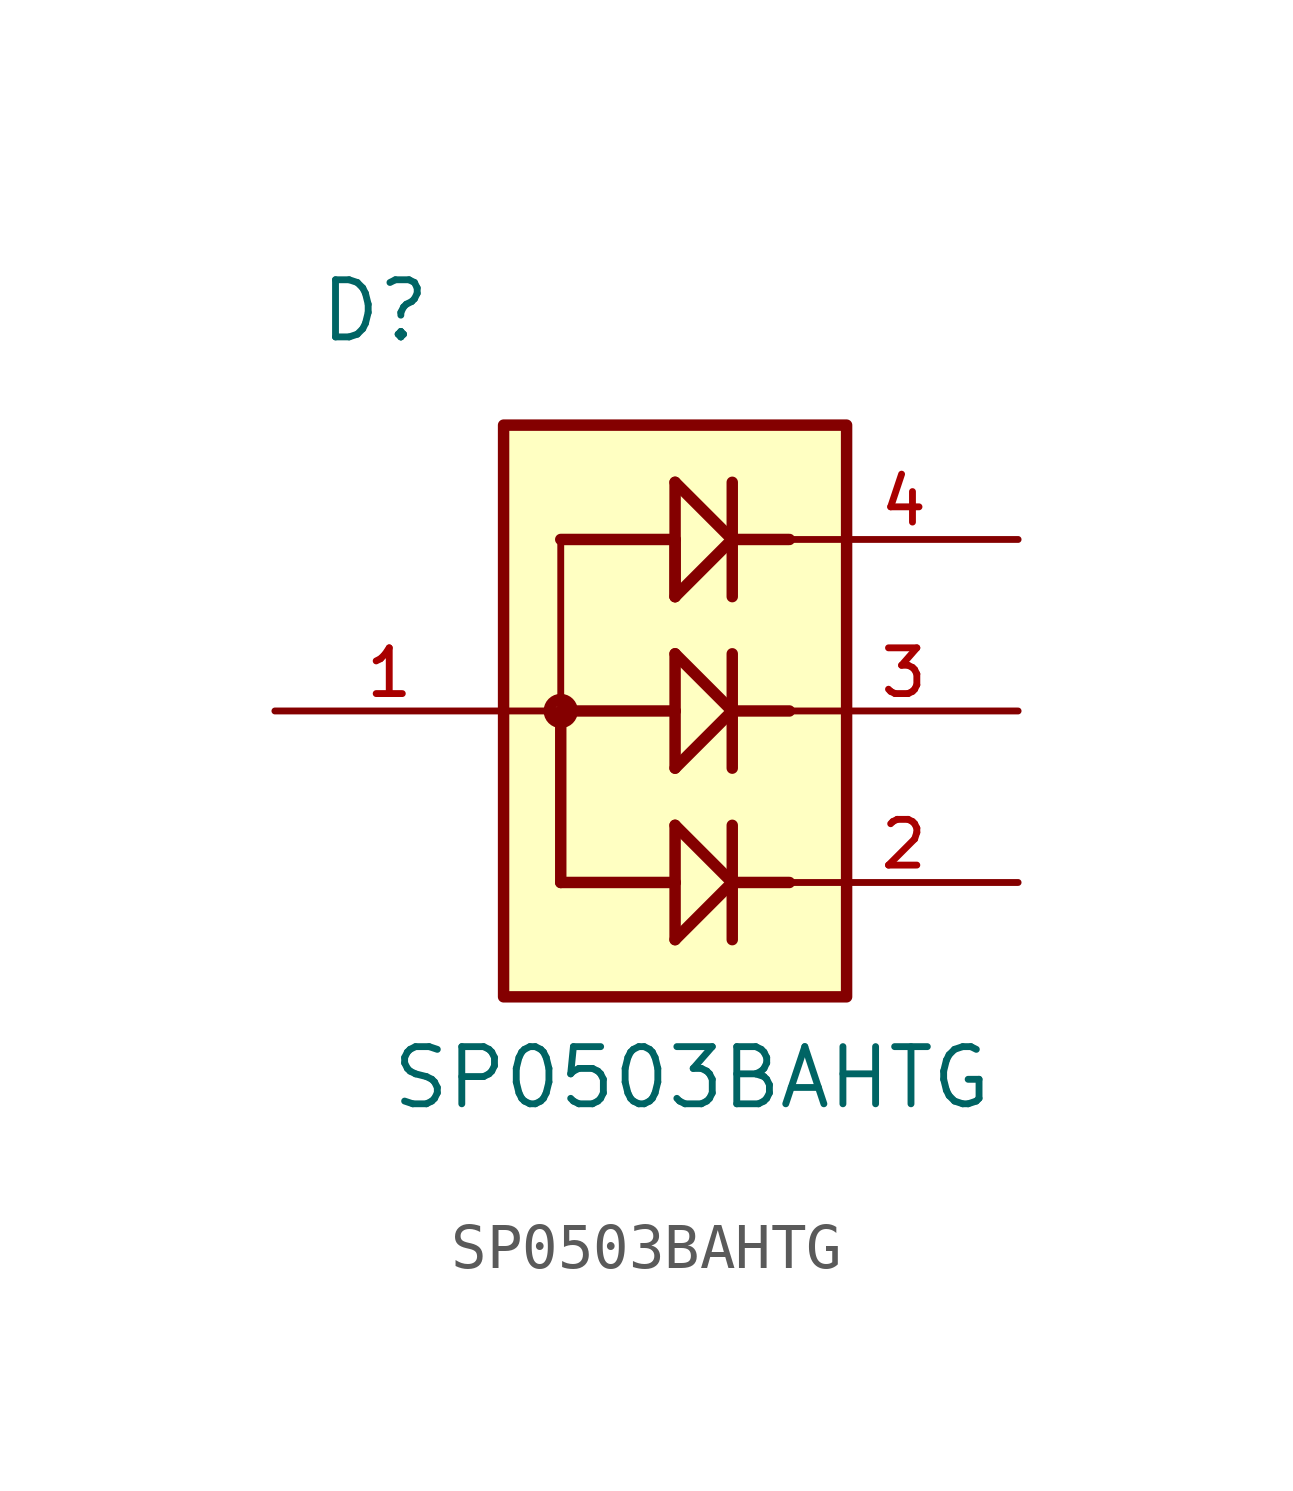
<source format=kicad_sym>
(kicad_symbol_lib
  (version 20211014)
  (generator kicad_symbol_editor)
  (symbol "SP0503BAHTG"
    (pin_names
      (offset 1.016))
    (property "Reference" "D"
      (at -5.406 5.606 0)
      (effects (font (size 1.27 1.27)) (justify left bottom)))
    (property "Value" "SP0503BAHTG"
      (at -3.81 -11.43 0)
      (effects (font (size 1.27 1.27)) (justify left bottom)))
    (symbol "SP0503BAHTG_0_0"
      (rectangle (start -1.27 3.81) (end 6.35 -8.89) (stroke (width 0.254) (type default) (color 0 0 0 0)) (fill (type background)))
      (circle (center 0 -2.54) (radius 0.254) (stroke (width 0.254) (type default) (color 0 0 0 0)) (fill (type none)))
      (polyline (pts (xy 0 -6.35) (xy 0 -2.54)) (stroke (width 0.254) (type default) (color 0 0 0 0)) (fill (type none)))
      (polyline (pts (xy 0 -6.35) (xy 2.54 -6.35)) (stroke (width 0.254) (type default) (color 0 0 0 0)) (fill (type none)))
      (polyline (pts (xy 0 -2.54) (xy 2.54 -2.54)) (stroke (width 0.254) (type default) (color 0 0 0 0)) (fill (type none)))
      (polyline (pts (xy 0 1.27) (xy 2.54 1.27)) (stroke (width 0.254) (type default) (color 0 0 0 0)) (fill (type none)))
      (polyline (pts (xy 2.54 -7.62) (xy 2.54 -6.35)) (stroke (width 0.254) (type default) (color 0 0 0 0)) (fill (type none)))
      (polyline (pts (xy 2.54 -6.35) (xy 2.54 -5.08)) (stroke (width 0.254) (type default) (color 0 0 0 0)) (fill (type none)))
      (polyline (pts (xy 2.54 -5.08) (xy 3.81 -6.35)) (stroke (width 0.254) (type default) (color 0 0 0 0)) (fill (type none)))
      (polyline (pts (xy 2.54 -3.81) (xy 3.81 -2.54)) (stroke (width 0.254) (type default) (color 0 0 0 0)) (fill (type none)))
      (polyline (pts (xy 2.54 -2.54) (xy 2.54 -3.81)) (stroke (width 0.254) (type default) (color 0 0 0 0)) (fill (type none)))
      (polyline (pts (xy 2.54 -2.54) (xy 2.54 -1.27)) (stroke (width 0.254) (type default) (color 0 0 0 0)) (fill (type none)))
      (polyline (pts (xy 2.54 0) (xy 2.54 2.54)) (stroke (width 0.254) (type default) (color 0 0 0 0)) (fill (type none)))
      (polyline (pts (xy 2.54 0) (xy 3.81 1.27)) (stroke (width 0.254) (type default) (color 0 0 0 0)) (fill (type none)))
      (polyline (pts (xy 2.54 1.27) (xy 2.54 0)) (stroke (width 0.254) (type default) (color 0 0 0 0)) (fill (type none)))
      (polyline (pts (xy 3.81 -6.35) (xy 2.54 -7.62)) (stroke (width 0.254) (type default) (color 0 0 0 0)) (fill (type none)))
      (polyline (pts (xy 3.81 -6.35) (xy 3.81 -7.62)) (stroke (width 0.254) (type default) (color 0 0 0 0)) (fill (type none)))
      (polyline (pts (xy 3.81 -6.35) (xy 3.81 -5.08)) (stroke (width 0.254) (type default) (color 0 0 0 0)) (fill (type none)))
      (polyline (pts (xy 3.81 -2.54) (xy 2.54 -1.27)) (stroke (width 0.254) (type default) (color 0 0 0 0)) (fill (type none)))
      (polyline (pts (xy 3.81 -2.54) (xy 3.81 -3.81)) (stroke (width 0.254) (type default) (color 0 0 0 0)) (fill (type none)))
      (polyline (pts (xy 3.81 -2.54) (xy 5.08 -2.54)) (stroke (width 0.254) (type default) (color 0 0 0 0)) (fill (type none)))
      (polyline (pts (xy 3.81 -1.27) (xy 3.81 -2.54)) (stroke (width 0.254) (type default) (color 0 0 0 0)) (fill (type none)))
      (polyline (pts (xy 3.81 1.27) (xy 2.54 2.54)) (stroke (width 0.254) (type default) (color 0 0 0 0)) (fill (type none)))
      (polyline (pts (xy 3.81 1.27) (xy 3.81 0)) (stroke (width 0.254) (type default) (color 0 0 0 0)) (fill (type none)))
      (polyline (pts (xy 3.81 1.27) (xy 5.08 1.27)) (stroke (width 0.254) (type default) (color 0 0 0 0)) (fill (type none)))
      (polyline (pts (xy 3.81 2.54) (xy 3.81 1.27)) (stroke (width 0.254) (type default) (color 0 0 0 0)) (fill (type none)))
      (polyline (pts (xy 5.08 -6.35) (xy 3.81 -6.35)) (stroke (width 0.254) (type default) (color 0 0 0 0)) (fill (type none)))
      (pin passive line (at -6.35 -2.54 0) (length 5.08) (name "~" (effects (font (size 1.016 1.016)))) (number "1" (effects (font (size 1.016 1.016)))))
      (pin passive line (at 10.16 -6.35 180) (length 5.08) (name "~" (effects (font (size 1.016 1.016)))) (number "2" (effects (font (size 1.016 1.016)))))
      (pin passive line (at 10.16 -2.54 180) (length 5.08) (name "~" (effects (font (size 1.016 1.016)))) (number "3" (effects (font (size 1.016 1.016)))))
      (pin passive line (at 10.16 1.27 180) (length 5.08) (name "~" (effects (font (size 1.016 1.016)))) (number "4" (effects (font (size 1.016 1.016))))))
    (symbol "SP0503BAHTG_0_1"
      (polyline (pts (xy -1.27 -2.54) (xy 0 -2.54)) (stroke (width 0) (type default) (color 0 0 0 0)) (fill (type none)))
      (polyline (pts (xy 0 1.27) (xy 0 -2.54)) (stroke (width 0) (type default) (color 0 0 0 0)) (fill (type none))))))
</source>
